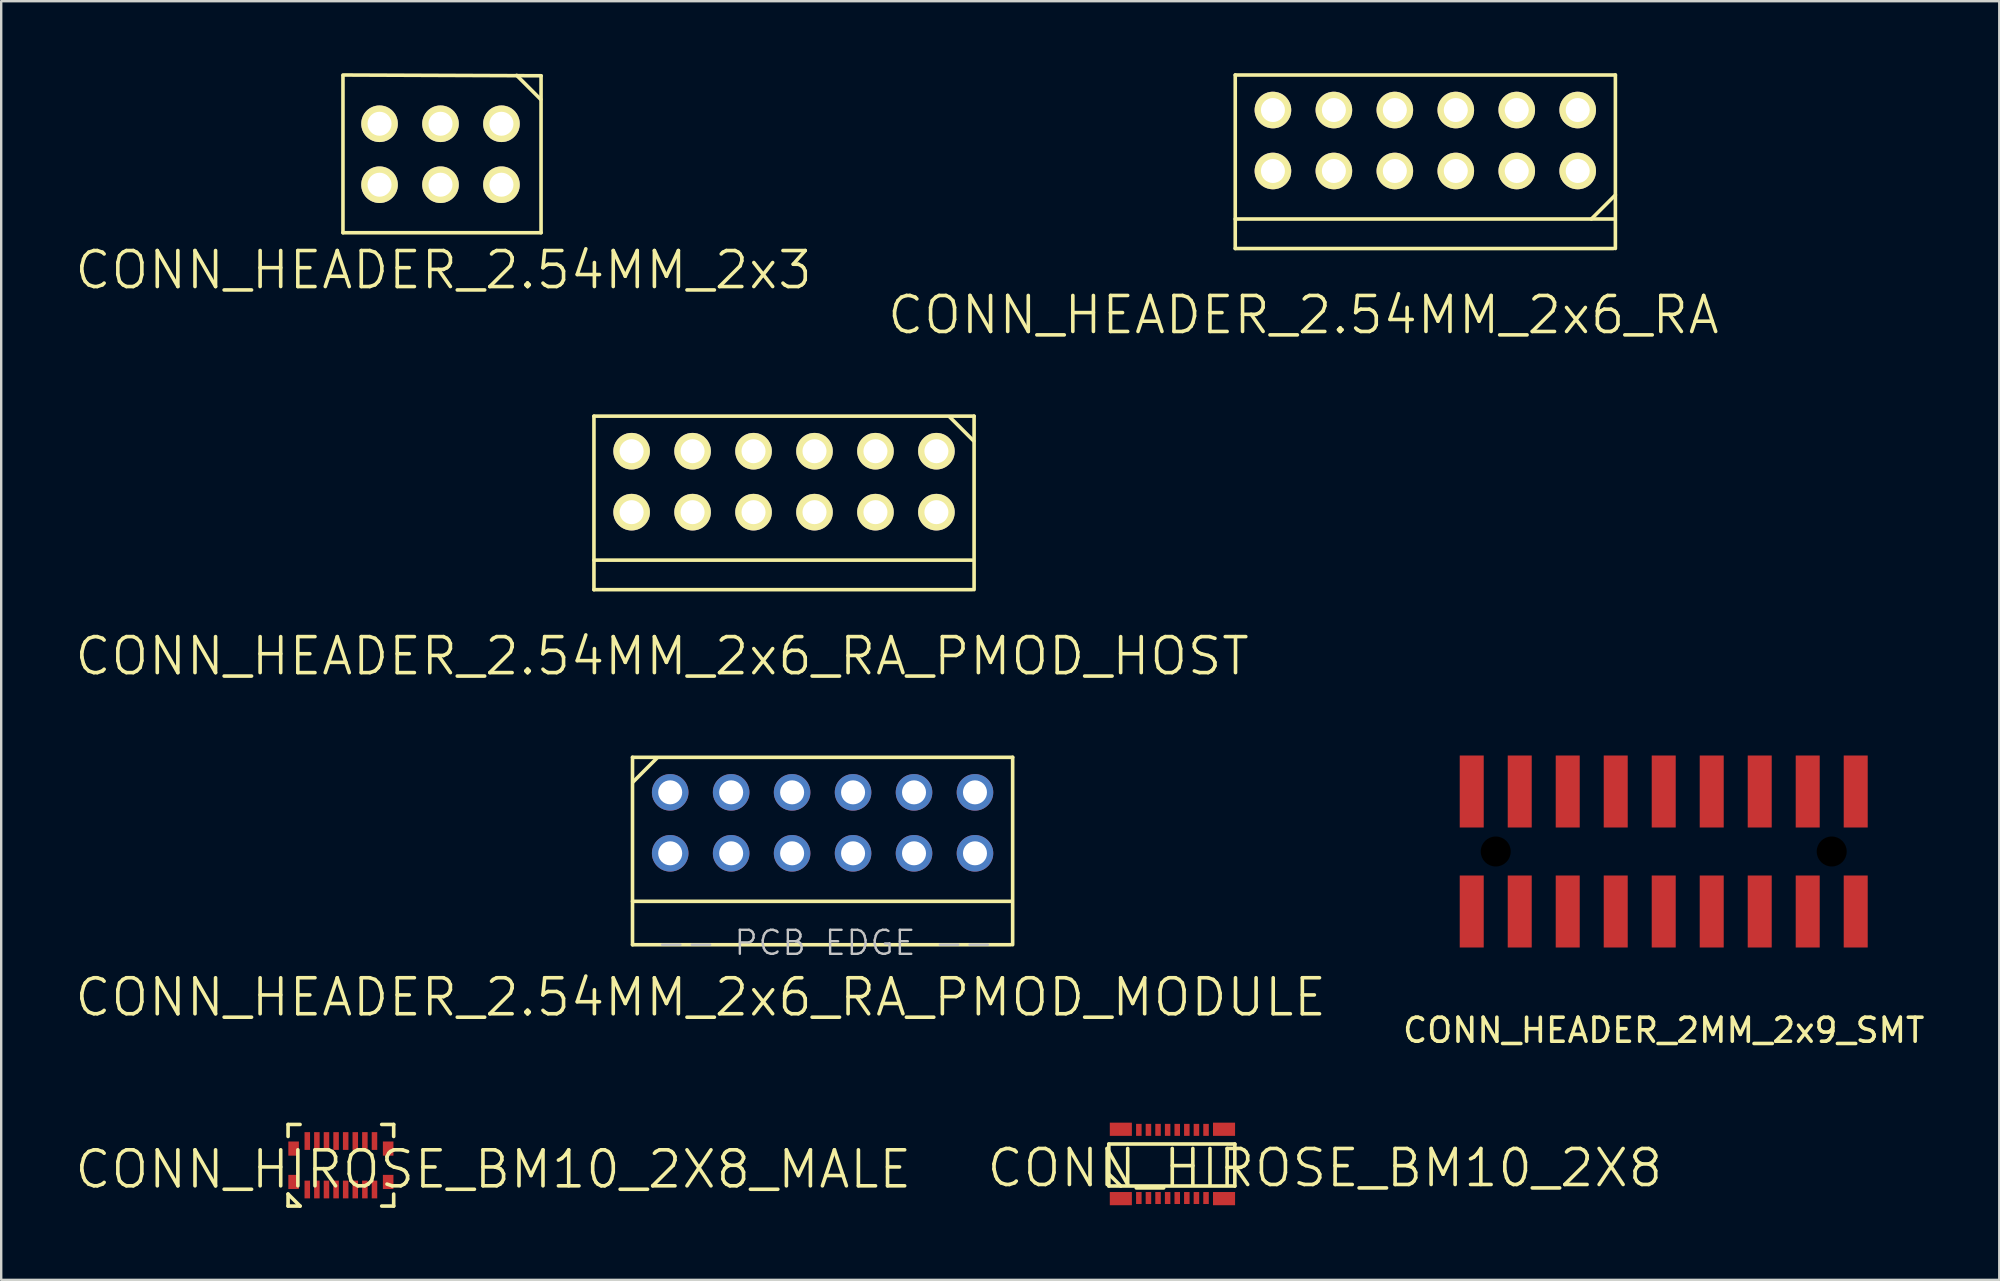
<source format=kicad_pcb>
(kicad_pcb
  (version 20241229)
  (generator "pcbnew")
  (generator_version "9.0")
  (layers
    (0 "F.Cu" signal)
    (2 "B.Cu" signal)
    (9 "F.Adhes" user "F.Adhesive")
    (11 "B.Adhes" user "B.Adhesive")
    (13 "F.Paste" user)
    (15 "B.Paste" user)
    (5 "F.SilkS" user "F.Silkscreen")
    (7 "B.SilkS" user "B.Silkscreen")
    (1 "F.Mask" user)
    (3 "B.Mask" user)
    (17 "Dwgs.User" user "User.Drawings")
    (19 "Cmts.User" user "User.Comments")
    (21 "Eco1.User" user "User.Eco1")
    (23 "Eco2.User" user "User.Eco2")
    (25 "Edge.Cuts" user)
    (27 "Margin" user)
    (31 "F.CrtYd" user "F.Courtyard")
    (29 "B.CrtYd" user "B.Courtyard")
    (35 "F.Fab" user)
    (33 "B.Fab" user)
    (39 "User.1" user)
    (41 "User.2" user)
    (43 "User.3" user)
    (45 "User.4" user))
  (footprint "CONN_HEADER_2.54MM_2x6_RA"
    (layer "F.Cu")
    (at 56.341 2.805)
    (property "Reference" "CONN_HEADER_2.54MM_2x6_RA" (at -5.08 7.27 0) (layer "F.SilkS") (effects (font (size 1.5 1.5) (thickness 0.15))))
    (attr through_hole)
    (fp_line (start -7.92 -2.73) (end -7.92 4.5) (stroke (width 0.15) (type solid)) (layer "F.SilkS"))
    (fp_line (start -7.92 3.27) (end 7.84 3.27) (stroke (width 0.15) (type solid)) (layer "F.SilkS"))
    (fp_line (start -7.92 4.5) (end 7.84 4.5) (stroke (width 0.15) (type solid)) (layer "F.SilkS"))
    (fp_line (start 7.92 -2.73) (end -7.92 -2.73) (stroke (width 0.15) (type solid)) (layer "F.SilkS"))
    (fp_line (start 7.92 2.27) (end 6.92 3.27) (stroke (width 0.15) (type solid)) (layer "F.SilkS"))
    (fp_line (start 7.92 4.5) (end 7.92 -2.73) (stroke (width 0.15) (type solid)) (layer "F.SilkS"))
    (pad "1" thru_hole circle (at 6.35 1.27) (size 1.524 1.524) (drill 1) (layers "*.Cu" "*.Mask" "F.SilkS"))
    (pad "2" thru_hole circle (at 6.35 -1.27) (size 1.524 1.524) (drill 1) (layers "*.Cu" "*.Mask" "F.SilkS"))
    (pad "3" thru_hole circle (at 3.81 1.27) (size 1.524 1.524) (drill 1) (layers "*.Cu" "*.Mask" "F.SilkS"))
    (pad "4" thru_hole circle (at 3.81 -1.27) (size 1.524 1.524) (drill 1) (layers "*.Cu" "*.Mask" "F.SilkS"))
    (pad "5" thru_hole circle (at 1.27 1.27) (size 1.524 1.524) (drill 1) (layers "*.Cu" "*.Mask" "F.SilkS"))
    (pad "6" thru_hole circle (at 1.27 -1.27) (size 1.524 1.524) (drill 1) (layers "*.Cu" "*.Mask" "F.SilkS"))
    (pad "7" thru_hole circle (at -1.27 1.27) (size 1.524 1.524) (drill 1) (layers "*.Cu" "*.Mask" "F.SilkS"))
    (pad "8" thru_hole circle (at -1.27 -1.27) (size 1.524 1.524) (drill 1) (layers "*.Cu" "*.Mask" "F.SilkS"))
    (pad "9" thru_hole circle (at -3.81 1.27) (size 1.524 1.524) (drill 1) (layers "*.Cu" "*.Mask" "F.SilkS"))
    (pad "10" thru_hole circle (at -3.81 -1.27) (size 1.524 1.524) (drill 1) (layers "*.Cu" "*.Mask" "F.SilkS"))
    (pad "11" thru_hole circle (at -6.35 1.27) (size 1.524 1.524) (drill 1) (layers "*.Cu" "*.Mask" "F.SilkS"))
    (pad "12" thru_hole circle (at -6.35 -1.27) (size 1.524 1.524) (drill 1) (layers "*.Cu" "*.Mask" "F.SilkS")))
  (footprint "CONN_HEADER_2.54MM_2x3"
    (layer "F.Cu")
    (at 15.305 3.377)
    (property "Reference" "CONN_HEADER_2.54MM_2x3" (at 0.127 4.826 0) (layer "F.SilkS") (effects (font (size 1.5 1.5) (thickness 0.15))))
    (attr through_hole)
    (fp_line (start -4.064 -3.27) (end -4.064 3.27) (stroke (width 0.15) (type solid)) (layer "F.SilkS"))
    (fp_line (start -4.064 3.27) (end 4.19 3.27) (stroke (width 0.15) (type solid)) (layer "F.SilkS"))
    (fp_line (start 4.175 -2.286) (end 3.175 -3.286) (stroke (width 0.15) (type solid)) (layer "F.SilkS"))
    (fp_line (start 4.19 -3.27) (end -4.064 -3.302) (stroke (width 0.15) (type solid)) (layer "F.SilkS"))
    (fp_line (start 4.19 3.27) (end 4.19 -3.27) (stroke (width 0.15) (type solid)) (layer "F.SilkS"))
    (pad "1" thru_hole circle (at 2.54 -1.27) (size 1.524 1.524) (drill 1) (layers "*.Cu" "*.Mask" "F.SilkS"))
    (pad "2" thru_hole circle (at 2.54 1.27) (size 1.524 1.524) (drill 1) (layers "*.Cu" "*.Mask" "F.SilkS"))
    (pad "3" thru_hole circle (at 0 -1.27) (size 1.524 1.524) (drill 1) (layers "*.Cu" "*.Mask" "F.SilkS"))
    (pad "4" thru_hole circle (at 0 1.27) (size 1.524 1.524) (drill 1) (layers "*.Cu" "*.Mask" "F.SilkS"))
    (pad "5" thru_hole circle (at -2.54 -1.27) (size 1.524 1.524) (drill 1) (layers "*.Cu" "*.Mask" "F.SilkS"))
    (pad "6" thru_hole circle (at -2.54 1.27) (size 1.524 1.524) (drill 1) (layers "*.Cu" "*.Mask" "F.SilkS")))
  (footprint "CONN_HEADER_2MM_2x9_SMT"
    (layer "F.Cu")
    (at 66.275 32.431)
    (property "Reference" "CONN_HEADER_2MM_2x9_SMT" (at 0 7.45 0) (unlocked yes) (layer "F.SilkS") (effects (font (size 1 1) (thickness 0.15))))
    (attr smd)
    (pad "" np_thru_hole circle (at -7 0) (size 1.25 1.25) (drill 1.25) (layers "*.Mask"))
    (pad "" np_thru_hole circle (at 7 0) (size 1.25 1.25) (drill 1.25) (layers "*.Mask"))
    (pad "1" smd rect (at -8 2.5) (size 1 3) (layers "F.Cu" "F.Mask" "F.Paste"))
    (pad "2" smd rect (at -8 -2.5) (size 1 3) (layers "F.Cu" "F.Mask" "F.Paste"))
    (pad "3" smd rect (at -6 2.5) (size 1 3) (layers "F.Cu" "F.Mask" "F.Paste"))
    (pad "4" smd rect (at -6 -2.5) (size 1 3) (layers "F.Cu" "F.Mask" "F.Paste"))
    (pad "5" smd rect (at -4 2.5) (size 1 3) (layers "F.Cu" "F.Mask" "F.Paste"))
    (pad "6" smd rect (at -4 -2.5) (size 1 3) (layers "F.Cu" "F.Mask" "F.Paste"))
    (pad "7" smd rect (at -2 2.5) (size 1 3) (layers "F.Cu" "F.Mask" "F.Paste"))
    (pad "8" smd rect (at -2 -2.5) (size 1 3) (layers "F.Cu" "F.Mask" "F.Paste"))
    (pad "9" smd rect (at 0 2.5) (size 1 3) (layers "F.Cu" "F.Mask" "F.Paste"))
    (pad "10" smd rect (at 0 -2.5) (size 1 3) (layers "F.Cu" "F.Mask" "F.Paste"))
    (pad "11" smd rect (at 2 2.5) (size 1 3) (layers "F.Cu" "F.Mask" "F.Paste"))
    (pad "12" smd rect (at 2 -2.5) (size 1 3) (layers "F.Cu" "F.Mask" "F.Paste"))
    (pad "13" smd rect (at 4 2.5) (size 1 3) (layers "F.Cu" "F.Mask" "F.Paste"))
    (pad "14" smd rect (at 4 -2.5) (size 1 3) (layers "F.Cu" "F.Mask" "F.Paste"))
    (pad "15" smd rect (at 6 2.5) (size 1 3) (layers "F.Cu" "F.Mask" "F.Paste"))
    (pad "16" smd rect (at 6 -2.5) (size 1 3) (layers "F.Cu" "F.Mask" "F.Paste"))
    (pad "17" smd rect (at 8 2.5) (size 1 3) (layers "F.Cu" "F.Mask" "F.Paste"))
    (pad "18" smd rect (at 8 -2.5) (size 1 3) (layers "F.Cu" "F.Mask" "F.Paste")))
  (footprint "CONN_HIROSE_BM10_2X8_MALE"
    (layer "F.Cu")
    (at 11.154 45.505)
    (property "Reference" "CONN_HIROSE_BM10_2X8_MALE" (at 6.35 0.17 0) (layer "F.SilkS") (effects (font (size 1.5 1.5) (thickness 0.15))))
    (attr through_hole)
    (fp_line (start -2.2 -1.7) (end -2.2 -1.2) (stroke (width 0.15) (type solid)) (layer "F.SilkS"))
    (fp_line (start -2.2 1.2) (end -2.2 1.7) (stroke (width 0.15) (type solid)) (layer "F.SilkS"))
    (fp_line (start -2.2 1.7) (end -1.7 1.7) (stroke (width 0.15) (type solid)) (layer "F.SilkS"))
    (fp_line (start -1.7 -1.7) (end -2.2 -1.7) (stroke (width 0.15) (type solid)) (layer "F.SilkS"))
    (fp_line (start -1.7 1.7) (end -2.2 1.2) (stroke (width 0.15) (type solid)) (layer "F.SilkS"))
    (fp_line (start 1.7 1.7) (end 2.2 1.7) (stroke (width 0.15) (type solid)) (layer "F.SilkS"))
    (fp_line (start 2.2 -1.7) (end 1.7 -1.7) (stroke (width 0.15) (type solid)) (layer "F.SilkS"))
    (fp_line (start 2.2 -1.2) (end 2.2 -1.7) (stroke (width 0.15) (type solid)) (layer "F.SilkS"))
    (fp_line (start 2.2 1.7) (end 2.2 1.2) (stroke (width 0.15) (type solid)) (layer "F.SilkS"))
    (pad "1" smd rect (at -1.4 1.01) (size 0.23 0.74) (layers "F.Cu" "F.Mask" "F.Paste"))
    (pad "2" smd rect (at -1.4 -1.01) (size 0.23 0.74) (layers "F.Cu" "F.Mask" "F.Paste"))
    (pad "3" smd rect (at -1 1.01) (size 0.23 0.74) (layers "F.Cu" "F.Mask" "F.Paste"))
    (pad "4" smd rect (at -1 -1.01) (size 0.23 0.74) (layers "F.Cu" "F.Mask" "F.Paste"))
    (pad "5" smd rect (at -0.6 1.01) (size 0.23 0.74) (layers "F.Cu" "F.Mask" "F.Paste"))
    (pad "6" smd rect (at -0.6 -1.01) (size 0.23 0.74) (layers "F.Cu" "F.Mask" "F.Paste"))
    (pad "7" smd rect (at -0.2 1.01) (size 0.23 0.74) (layers "F.Cu" "F.Mask" "F.Paste"))
    (pad "8" smd rect (at -0.2 -1.01) (size 0.23 0.74) (layers "F.Cu" "F.Mask" "F.Paste"))
    (pad "9" smd rect (at 0.2 1.01) (size 0.23 0.74) (layers "F.Cu" "F.Mask" "F.Paste"))
    (pad "10" smd rect (at 0.2 -1.01) (size 0.23 0.74) (layers "F.Cu" "F.Mask" "F.Paste"))
    (pad "11" smd rect (at 0.6 1.01) (size 0.23 0.74) (layers "F.Cu" "F.Mask" "F.Paste"))
    (pad "12" smd rect (at 0.6 -1.01) (size 0.23 0.74) (layers "F.Cu" "F.Mask" "F.Paste"))
    (pad "13" smd rect (at 1 1.01) (size 0.23 0.74) (layers "F.Cu" "F.Mask" "F.Paste"))
    (pad "14" smd rect (at 1 -1.01) (size 0.23 0.74) (layers "F.Cu" "F.Mask" "F.Paste"))
    (pad "15" smd rect (at 1.4 1.01) (size 0.23 0.74) (layers "F.Cu" "F.Mask" "F.Paste"))
    (pad "16" smd rect (at 1.4 -1.01) (size 0.23 0.74) (layers "F.Cu" "F.Mask" "F.Paste"))
    (pad "17" smd rect (at -1.97 0.695) (size 0.44 0.59) (layers "F.Cu" "F.Mask" "F.Paste"))
    (pad "18" smd rect (at -1.97 -0.695) (size 0.44 0.59) (layers "F.Cu" "F.Mask" "F.Paste"))
    (pad "19" smd rect (at 1.97 -0.695) (size 0.44 0.59) (layers "F.Cu" "F.Mask" "F.Paste"))
    (pad "20" smd rect (at 1.97 0.695) (size 0.44 0.59) (layers "F.Cu" "F.Mask" "F.Paste")))
  (footprint "CONN_HIROSE_BM10_2X8"
    (layer "F.Cu")
    (at 45.804 45.45)
    (property "Reference" "CONN_HIROSE_BM10_2X8" (at 6.35 0.17 0) (layer "F.SilkS") (effects (font (size 1.5 1.5) (thickness 0.15))))
    (attr through_hole)
    (fp_line (start -2.65 -0.83) (end -2.65 0.92) (stroke (width 0.15) (type solid)) (layer "F.SilkS"))
    (fp_line (start -2.65 0.42) (end -2.15 0.92) (stroke (width 0.15) (type solid)) (layer "F.SilkS"))
    (fp_line (start -2.65 0.92) (end 2.6 0.92) (stroke (width 0.15) (type solid)) (layer "F.SilkS"))
    (fp_line (start 2.6 -0.83) (end -2.65 -0.83) (stroke (width 0.15) (type solid)) (layer "F.SilkS"))
    (fp_line (start 2.6 0.92) (end 2.6 -0.83) (stroke (width 0.15) (type solid)) (layer "F.SilkS"))
    (pad "1" smd rect (at -1.4 1.42) (size 0.23 0.5) (layers "F.Cu" "F.Mask" "F.Paste"))
    (pad "2" smd rect (at -1.4 -1.42) (size 0.23 0.5) (layers "F.Cu" "F.Mask" "F.Paste"))
    (pad "3" smd rect (at -1 1.42) (size 0.23 0.5) (layers "F.Cu" "F.Mask" "F.Paste"))
    (pad "4" smd rect (at -1 -1.42) (size 0.23 0.5) (layers "F.Cu" "F.Mask" "F.Paste"))
    (pad "5" smd rect (at -0.6 1.42) (size 0.23 0.5) (layers "F.Cu" "F.Mask" "F.Paste"))
    (pad "6" smd rect (at -0.6 -1.42) (size 0.23 0.5) (layers "F.Cu" "F.Mask" "F.Paste"))
    (pad "7" smd rect (at -0.2 1.42) (size 0.23 0.5) (layers "F.Cu" "F.Mask" "F.Paste"))
    (pad "8" smd rect (at -0.2 -1.42) (size 0.23 0.5) (layers "F.Cu" "F.Mask" "F.Paste"))
    (pad "9" smd rect (at 0.2 1.42) (size 0.23 0.5) (layers "F.Cu" "F.Mask" "F.Paste"))
    (pad "10" smd rect (at 0.2 -1.42) (size 0.23 0.5) (layers "F.Cu" "F.Mask" "F.Paste"))
    (pad "11" smd rect (at 0.6 1.42) (size 0.23 0.5) (layers "F.Cu" "F.Mask" "F.Paste"))
    (pad "12" smd rect (at 0.6 -1.42) (size 0.23 0.5) (layers "F.Cu" "F.Mask" "F.Paste"))
    (pad "13" smd rect (at 1 1.42) (size 0.23 0.5) (layers "F.Cu" "F.Mask" "F.Paste"))
    (pad "14" smd rect (at 1 -1.42) (size 0.23 0.5) (layers "F.Cu" "F.Mask" "F.Paste"))
    (pad "15" smd rect (at 1.4 1.42) (size 0.23 0.5) (layers "F.Cu" "F.Mask" "F.Paste"))
    (pad "16" smd rect (at 1.4 -1.42) (size 0.23 0.5) (layers "F.Cu" "F.Mask" "F.Paste"))
    (pad "17" smd rect (at -2.15 1.445) (size 0.92 0.55) (layers "F.Cu" "F.Mask" "F.Paste"))
    (pad "18" smd rect (at -2.15 -1.445) (size 0.92 0.55) (layers "F.Cu" "F.Mask" "F.Paste"))
    (pad "19" smd rect (at 2.15 -1.445) (size 0.92 0.55) (layers "F.Cu" "F.Mask" "F.Paste"))
    (pad "20" smd rect (at 2.15 1.445) (size 0.92 0.55) (layers "F.Cu" "F.Mask" "F.Paste")))
  (footprint "CONN_HEADER_2.54MM_2x6_RA_PMOD_HOST"
    (layer "F.Cu")
    (at 29.619 17.021)
    (property "Reference" "CONN_HEADER_2.54MM_2x6_RA_PMOD_HOST" (at -5.08 7.27 0) (layer "F.SilkS") (effects (font (size 1.5 1.5) (thickness 0.15))))
    (attr through_hole)
    (fp_line (start -7.92 -2.73) (end -7.92 4.5) (stroke (width 0.15) (type solid)) (layer "F.SilkS"))
    (fp_line (start -7.92 3.27) (end 7.84 3.27) (stroke (width 0.15) (type solid)) (layer "F.SilkS"))
    (fp_line (start -7.92 4.5) (end 7.84 4.5) (stroke (width 0.15) (type solid)) (layer "F.SilkS"))
    (fp_line (start 6.9 -2.7) (end 7.905 -1.695) (stroke (width 0.15) (type solid)) (layer "F.SilkS"))
    (fp_line (start 7.92 -2.73) (end -7.92 -2.73) (stroke (width 0.15) (type solid)) (layer "F.SilkS"))
    (fp_line (start 7.92 4.5) (end 7.92 -2.73) (stroke (width 0.15) (type solid)) (layer "F.SilkS"))
    (pad "1" thru_hole circle (at 6.35 -1.27) (size 1.524 1.524) (drill 1) (layers "*.Cu" "*.Mask" "F.SilkS"))
    (pad "2" thru_hole circle (at 3.81 -1.27) (size 1.524 1.524) (drill 1) (layers "*.Cu" "*.Mask" "F.SilkS"))
    (pad "3" thru_hole circle (at 1.27 -1.27) (size 1.524 1.524) (drill 1) (layers "*.Cu" "*.Mask" "F.SilkS"))
    (pad "4" thru_hole circle (at -1.27 -1.27) (size 1.524 1.524) (drill 1) (layers "*.Cu" "*.Mask" "F.SilkS"))
    (pad "5" thru_hole circle (at -3.81 -1.27) (size 1.524 1.524) (drill 1) (layers "*.Cu" "*.Mask" "F.SilkS"))
    (pad "6" thru_hole circle (at -6.35 -1.27) (size 1.524 1.524) (drill 1) (layers "*.Cu" "*.Mask" "F.SilkS"))
    (pad "7" thru_hole circle (at 6.35 1.27) (size 1.524 1.524) (drill 1) (layers "*.Cu" "*.Mask" "F.SilkS"))
    (pad "8" thru_hole circle (at 3.81 1.27) (size 1.524 1.524) (drill 1) (layers "*.Cu" "*.Mask" "F.SilkS"))
    (pad "9" thru_hole circle (at 1.27 1.27) (size 1.524 1.524) (drill 1) (layers "*.Cu" "*.Mask" "F.SilkS"))
    (pad "10" thru_hole circle (at -1.27 1.27) (size 1.524 1.524) (drill 1) (layers "*.Cu" "*.Mask" "F.SilkS"))
    (pad "11" thru_hole circle (at -3.81 1.27) (size 1.524 1.524) (drill 1) (layers "*.Cu" "*.Mask" "F.SilkS"))
    (pad "12" thru_hole circle (at -6.35 1.27) (size 1.524 1.524) (drill 1) (layers "*.Cu" "*.Mask" "F.SilkS")))
  (footprint "CONN_HEADER_2.54MM_2x6_RA_PMOD_MODULE"
    (layer "F.Cu")
    (at 31.226 31.236)
    (property "Reference" "CONN_HEADER_2.54MM_2x6_RA_PMOD_MODULE" (at -5.08 7.27 0) (layer "F.SilkS") (effects (font (size 1.5 1.5) (thickness 0.15))))
    (attr through_hole)
    (fp_line (start -7.92 -2.73) (end -7.92 5.08) (stroke (width 0.15) (type solid)) (layer "F.SilkS"))
    (fp_line (start -7.92 3.27) (end 7.84 3.27) (stroke (width 0.15) (type solid)) (layer "F.SilkS"))
    (fp_line (start -7.92 5.08) (end 7.84 5.08) (stroke (width 0.15) (type solid)) (layer "F.SilkS"))
    (fp_line (start -6.9 -2.7) (end -7.9 -1.7) (stroke (width 0.15) (type solid)) (layer "F.SilkS"))
    (fp_line (start 7.92 -2.73) (end -7.92 -2.73) (stroke (width 0.15) (type solid)) (layer "F.SilkS"))
    (fp_line (start 7.92 5.08) (end 7.92 -2.73) (stroke (width 0.15) (type solid)) (layer "F.SilkS"))
    (fp_text user "-- PCB EDGE --" (at 0.1 5 0) (layer "Dwgs.User") (effects (font (size 1 1) (thickness 0.1))))
    (pad "1" thru_hole circle (at -6.35 -1.27) (size 1.524 1.524) (drill 1) (layers "*.Cu" "*.Mask"))
    (pad "2" thru_hole circle (at -3.81 -1.27) (size 1.524 1.524) (drill 1) (layers "*.Cu" "*.Mask"))
    (pad "3" thru_hole circle (at -1.27 -1.27) (size 1.524 1.524) (drill 1) (layers "*.Cu" "*.Mask"))
    (pad "4" thru_hole circle (at 1.27 -1.27) (size 1.524 1.524) (drill 1) (layers "*.Cu" "*.Mask"))
    (pad "5" thru_hole circle (at 3.81 -1.27) (size 1.524 1.524) (drill 1) (layers "*.Cu" "*.Mask"))
    (pad "6" thru_hole circle (at 6.35 -1.27) (size 1.524 1.524) (drill 1) (layers "*.Cu" "*.Mask"))
    (pad "7" thru_hole circle (at -6.35 1.27) (size 1.524 1.524) (drill 1) (layers "*.Cu" "*.Mask"))
    (pad "8" thru_hole circle (at -3.81 1.27) (size 1.524 1.524) (drill 1) (layers "*.Cu" "*.Mask"))
    (pad "9" thru_hole circle (at -1.27 1.27) (size 1.524 1.524) (drill 1) (layers "*.Cu" "*.Mask"))
    (pad "10" thru_hole circle (at 1.27 1.27) (size 1.524 1.524) (drill 1) (layers "*.Cu" "*.Mask"))
    (pad "11" thru_hole circle (at 3.81 1.27) (size 1.524 1.524) (drill 1) (layers "*.Cu" "*.Mask"))
    (pad "12" thru_hole circle (at 6.35 1.27) (size 1.524 1.524) (drill 1) (layers "*.Cu" "*.Mask")))
  (gr_rect
    (start -3 -3)
    (end 80.257 50.28)
    (stroke (width 0.1) (type default))
    (fill no)
    (layer "Edge.Cuts")))
</source>
